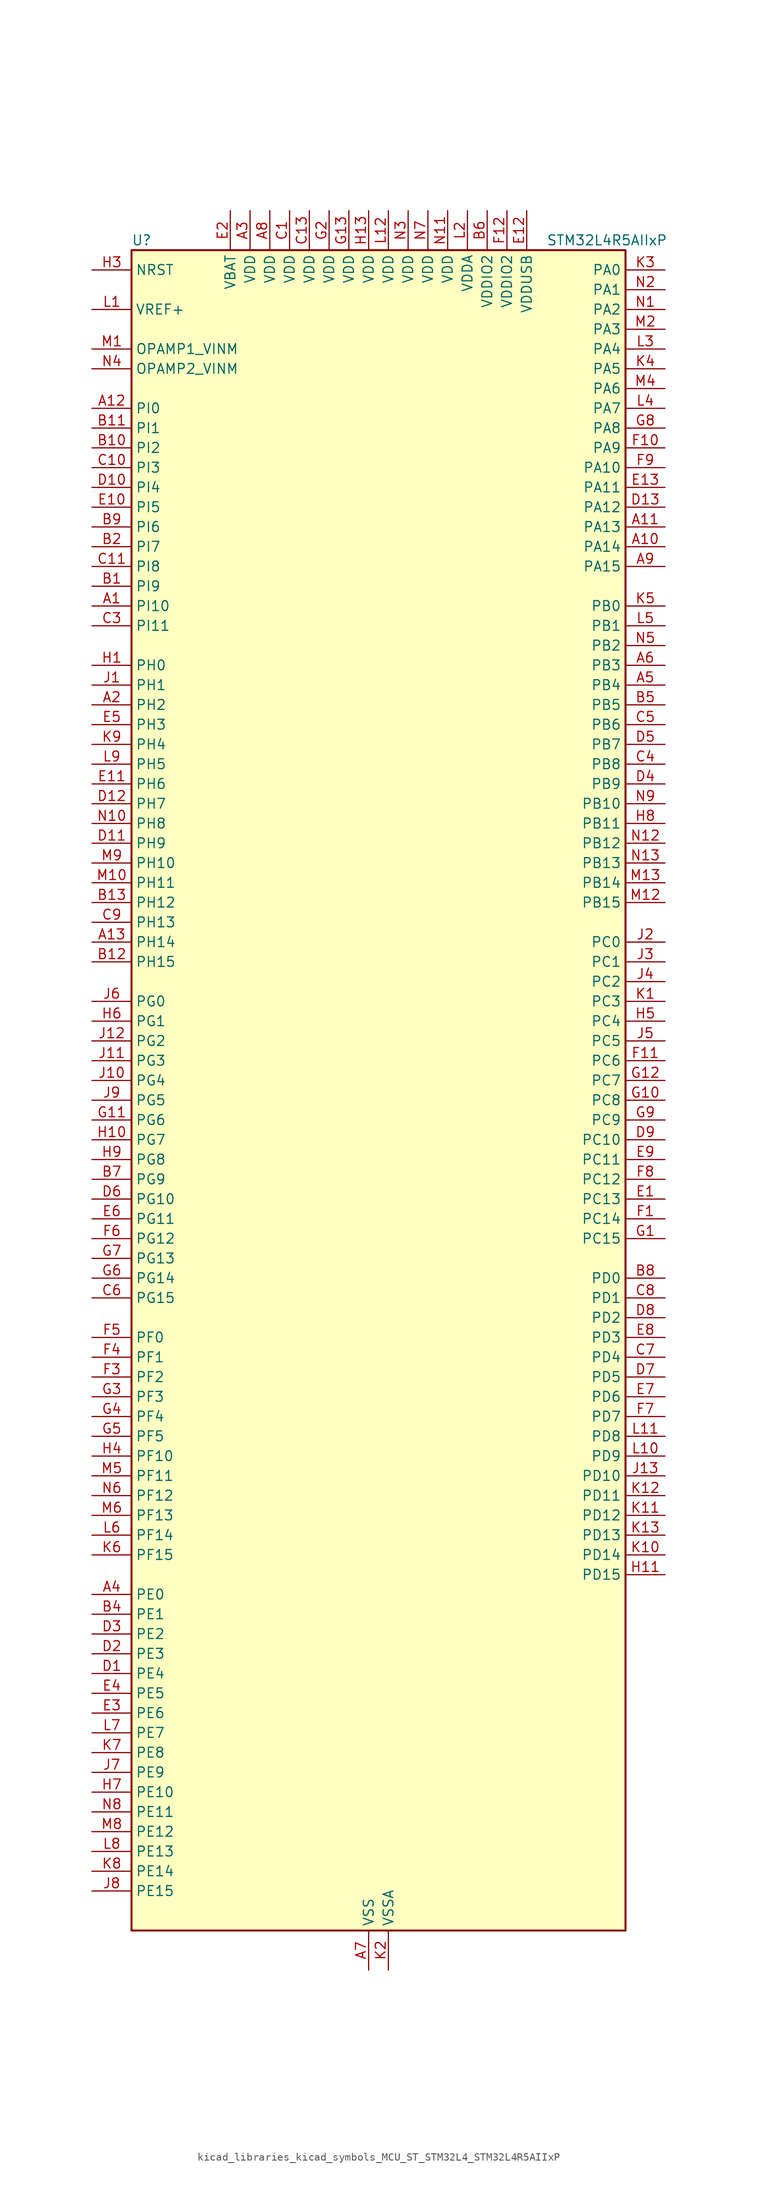
<source format=kicad_sym>
(kicad_symbol_lib
  (version 20220914)
  (generator kicad_symbol_editor)
  (symbol "kicad_libraries_kicad_symbols_MCU_ST_STM32L4_STM32L4R5AIIxP"
    (property "Reference" "U"
      (at -30.48 110.49 0)
      (effects (font (size 1.27 1.27)) (justify left)))
    (property "Value" "STM32L4R5AIIxP"
      (at 22.86 110.49 0)
      (effects (font (size 1.27 1.27)) (justify left)))
    (property "ki_locked" ""
      (at 0 0 0)
      (effects (font (size 1.27 1.27))))
    (symbol "kicad_libraries_kicad_symbols_MCU_ST_STM32L4_STM32L4R5AIIxP_0_1"
      (rectangle (start -30.48 -106.68) (end 33.02 109.22) (stroke (width 0.254) (type default)) (fill (type background))))
    (symbol "kicad_libraries_kicad_symbols_MCU_ST_STM32L4_STM32L4R5AIIxP_1_1"
      (pin bidirectional line (at -35.56 63.5 0) (length 5.08) (name "PI10" (effects (font (size 1.27 1.27)))) (number "A1" (effects (font (size 1.27 1.27)))) (alternate "OCTOSPIM_P2_IO1" bidirectional line))
      (pin bidirectional line (at 38.1 71.12 180) (length 5.08) (name "PA14" (effects (font (size 1.27 1.27)))) (number "A10" (effects (font (size 1.27 1.27)))) (alternate "I2C1_SMBA" bidirectional line) (alternate "I2C4_SMBA" bidirectional line) (alternate "LPTIM1_OUT" bidirectional line) (alternate "SAI1_FS_B" bidirectional line) (alternate "SYS_JTCK-SWCLK" bidirectional line) (alternate "USB_OTG_FS_SOF" bidirectional line))
      (pin bidirectional line (at 38.1 73.66 180) (length 5.08) (name "PA13" (effects (font (size 1.27 1.27)))) (number "A11" (effects (font (size 1.27 1.27)))) (alternate "IR_OUT" bidirectional line) (alternate "SAI1_SD_B" bidirectional line) (alternate "SYS_JTMS-SWDIO" bidirectional line) (alternate "USB_OTG_FS_NOE" bidirectional line))
      (pin bidirectional line (at -35.56 88.9 0) (length 5.08) (name "PI0" (effects (font (size 1.27 1.27)))) (number "A12" (effects (font (size 1.27 1.27)))) (alternate "DCMI_D13" bidirectional line) (alternate "OCTOSPIM_P1_IO5" bidirectional line) (alternate "SPI2_NSS" bidirectional line) (alternate "TIM5_CH4" bidirectional line))
      (pin bidirectional line (at -35.56 20.32 0) (length 5.08) (name "PH14" (effects (font (size 1.27 1.27)))) (number "A13" (effects (font (size 1.27 1.27)))) (alternate "DCMI_D4" bidirectional line) (alternate "TIM8_CH2N" bidirectional line))
      (pin bidirectional line (at -35.56 50.8 0) (length 5.08) (name "PH2" (effects (font (size 1.27 1.27)))) (number "A2" (effects (font (size 1.27 1.27)))) (alternate "OCTOSPIM_P1_IO4" bidirectional line))
      (pin power_in line (at -15.24 114.3 270) (length 5.08) (name "VDD" (effects (font (size 1.27 1.27)))) (number "A3" (effects (font (size 1.27 1.27)))))
      (pin bidirectional line (at -35.56 -63.5 0) (length 5.08) (name "PE0" (effects (font (size 1.27 1.27)))) (number "A4" (effects (font (size 1.27 1.27)))) (alternate "DCMI_D2" bidirectional line) (alternate "FMC_NBL0" bidirectional line) (alternate "TIM16_CH1" bidirectional line) (alternate "TIM4_ETR" bidirectional line))
      (pin bidirectional line (at 38.1 53.34 180) (length 5.08) (name "PB4" (effects (font (size 1.27 1.27)))) (number "A5" (effects (font (size 1.27 1.27)))) (alternate "COMP2_INP" bidirectional line) (alternate "DCMI_D12" bidirectional line) (alternate "I2C3_SDA" bidirectional line) (alternate "SAI1_MCLK_B" bidirectional line) (alternate "SPI1_MISO" bidirectional line) (alternate "SPI3_MISO" bidirectional line) (alternate "SYS_JTRST" bidirectional line) (alternate "TIM17_BKIN" bidirectional line) (alternate "TIM3_CH1" bidirectional line) (alternate "TSC_G2_IO1" bidirectional line) (alternate "UART5_DE" bidirectional line) (alternate "UART5_RTS" bidirectional line) (alternate "USART1_CTS" bidirectional line) (alternate "USART1_NSS" bidirectional line))
      (pin bidirectional line (at 38.1 55.88 180) (length 5.08) (name "PB3" (effects (font (size 1.27 1.27)))) (number "A6" (effects (font (size 1.27 1.27)))) (alternate "COMP2_INM" bidirectional line) (alternate "CRS_SYNC" bidirectional line) (alternate "SAI1_SCK_B" bidirectional line) (alternate "SPI1_SCK" bidirectional line) (alternate "SPI3_SCK" bidirectional line) (alternate "SYS_JTDO-SWO" bidirectional line) (alternate "TIM2_CH2" bidirectional line) (alternate "USART1_DE" bidirectional line) (alternate "USART1_RTS" bidirectional line))
      (pin power_in line (at 0 -111.76 90) (length 5.08) (name "VSS" (effects (font (size 1.27 1.27)))) (number "A7" (effects (font (size 1.27 1.27)))))
      (pin power_in line (at -12.7 114.3 270) (length 5.08) (name "VDD" (effects (font (size 1.27 1.27)))) (number "A8" (effects (font (size 1.27 1.27)))))
      (pin bidirectional line (at 38.1 68.58 180) (length 5.08) (name "PA15" (effects (font (size 1.27 1.27)))) (number "A9" (effects (font (size 1.27 1.27)))) (alternate "ADC1_EXTI15" bidirectional line) (alternate "SAI2_FS_B" bidirectional line) (alternate "SPI1_NSS" bidirectional line) (alternate "SPI3_NSS" bidirectional line) (alternate "SYS_JTDI" bidirectional line) (alternate "TIM2_CH1" bidirectional line) (alternate "TIM2_ETR" bidirectional line) (alternate "TSC_G3_IO1" bidirectional line) (alternate "UART4_DE" bidirectional line) (alternate "UART4_RTS" bidirectional line) (alternate "USART2_RX" bidirectional line) (alternate "USART3_DE" bidirectional line) (alternate "USART3_RTS" bidirectional line))
      (pin bidirectional line (at -35.56 66.04 0) (length 5.08) (name "PI9" (effects (font (size 1.27 1.27)))) (number "B1" (effects (font (size 1.27 1.27)))) (alternate "CAN1_RX" bidirectional line) (alternate "DAC1_EXTI9" bidirectional line) (alternate "OCTOSPIM_P2_IO2" bidirectional line))
      (pin bidirectional line (at -35.56 83.82 0) (length 5.08) (name "PI2" (effects (font (size 1.27 1.27)))) (number "B10" (effects (font (size 1.27 1.27)))) (alternate "DCMI_D9" bidirectional line) (alternate "SPI2_MISO" bidirectional line) (alternate "TIM8_CH4" bidirectional line))
      (pin bidirectional line (at -35.56 86.36 0) (length 5.08) (name "PI1" (effects (font (size 1.27 1.27)))) (number "B11" (effects (font (size 1.27 1.27)))) (alternate "DCMI_D8" bidirectional line) (alternate "SPI2_SCK" bidirectional line))
      (pin bidirectional line (at -35.56 17.78 0) (length 5.08) (name "PH15" (effects (font (size 1.27 1.27)))) (number "B12" (effects (font (size 1.27 1.27)))) (alternate "ADC1_EXTI15" bidirectional line) (alternate "DCMI_D11" bidirectional line) (alternate "OCTOSPIM_P2_IO6" bidirectional line) (alternate "TIM8_CH3N" bidirectional line))
      (pin bidirectional line (at -35.56 25.4 0) (length 5.08) (name "PH12" (effects (font (size 1.27 1.27)))) (number "B13" (effects (font (size 1.27 1.27)))) (alternate "DCMI_D3" bidirectional line) (alternate "OCTOSPIM_P2_IO7" bidirectional line) (alternate "TIM5_CH3" bidirectional line))
      (pin bidirectional line (at -35.56 71.12 0) (length 5.08) (name "PI7" (effects (font (size 1.27 1.27)))) (number "B2" (effects (font (size 1.27 1.27)))) (alternate "DCMI_D7" bidirectional line) (alternate "TIM8_CH3" bidirectional line))
      (pin passive line (at 0 -111.76 90) (length 5.08) hide (name "VSS" (effects (font (size 1.27 1.27)))) (number "B3" (effects (font (size 1.27 1.27)))))
      (pin bidirectional line (at -35.56 -66.04 0) (length 5.08) (name "PE1" (effects (font (size 1.27 1.27)))) (number "B4" (effects (font (size 1.27 1.27)))) (alternate "DCMI_D3" bidirectional line) (alternate "FMC_NBL1" bidirectional line) (alternate "TIM17_CH1" bidirectional line))
      (pin bidirectional line (at 38.1 50.8 180) (length 5.08) (name "PB5" (effects (font (size 1.27 1.27)))) (number "B5" (effects (font (size 1.27 1.27)))) (alternate "COMP2_OUT" bidirectional line) (alternate "DCMI_D10" bidirectional line) (alternate "I2C1_SMBA" bidirectional line) (alternate "LPTIM1_IN1" bidirectional line) (alternate "SAI1_SD_B" bidirectional line) (alternate "SPI1_MOSI" bidirectional line) (alternate "SPI3_MOSI" bidirectional line) (alternate "TIM16_BKIN" bidirectional line) (alternate "TIM3_CH2" bidirectional line) (alternate "TSC_G2_IO2" bidirectional line) (alternate "UART5_CTS" bidirectional line) (alternate "USART1_CK" bidirectional line))
      (pin power_in line (at 15.24 114.3 270) (length 5.08) (name "VDDIO2" (effects (font (size 1.27 1.27)))) (number "B6" (effects (font (size 1.27 1.27)))))
      (pin bidirectional line (at -35.56 -10.16 0) (length 5.08) (name "PG9" (effects (font (size 1.27 1.27)))) (number "B7" (effects (font (size 1.27 1.27)))) (alternate "DAC1_EXTI9" bidirectional line) (alternate "FMC_NCE" bidirectional line) (alternate "FMC_NE2" bidirectional line) (alternate "OCTOSPIM_P2_IO6" bidirectional line) (alternate "SAI2_SCK_A" bidirectional line) (alternate "SPI3_SCK" bidirectional line) (alternate "TIM15_CH1N" bidirectional line) (alternate "USART1_TX" bidirectional line))
      (pin bidirectional line (at 38.1 -22.86 180) (length 5.08) (name "PD0" (effects (font (size 1.27 1.27)))) (number "B8" (effects (font (size 1.27 1.27)))) (alternate "CAN1_RX" bidirectional line) (alternate "DFSDM1_DATIN7" bidirectional line) (alternate "FMC_D2" bidirectional line) (alternate "FMC_DA2" bidirectional line) (alternate "SPI2_NSS" bidirectional line))
      (pin bidirectional line (at -35.56 73.66 0) (length 5.08) (name "PI6" (effects (font (size 1.27 1.27)))) (number "B9" (effects (font (size 1.27 1.27)))) (alternate "DCMI_D6" bidirectional line) (alternate "OCTOSPIM_P2_CLK" bidirectional line) (alternate "TIM8_CH2" bidirectional line))
      (pin power_in line (at -10.16 114.3 270) (length 5.08) (name "VDD" (effects (font (size 1.27 1.27)))) (number "C1" (effects (font (size 1.27 1.27)))))
      (pin bidirectional line (at -35.56 81.28 0) (length 5.08) (name "PI3" (effects (font (size 1.27 1.27)))) (number "C10" (effects (font (size 1.27 1.27)))) (alternate "DCMI_D10" bidirectional line) (alternate "SPI2_MOSI" bidirectional line) (alternate "TIM8_ETR" bidirectional line))
      (pin bidirectional line (at -35.56 68.58 0) (length 5.08) (name "PI8" (effects (font (size 1.27 1.27)))) (number "C11" (effects (font (size 1.27 1.27)))) (alternate "DCMI_D12" bidirectional line) (alternate "OCTOSPIM_P2_NCS" bidirectional line))
      (pin passive line (at 0 -111.76 90) (length 5.08) hide (name "VSS" (effects (font (size 1.27 1.27)))) (number "C12" (effects (font (size 1.27 1.27)))))
      (pin power_in line (at -7.62 114.3 270) (length 5.08) (name "VDD" (effects (font (size 1.27 1.27)))) (number "C13" (effects (font (size 1.27 1.27)))))
      (pin passive line (at 0 -111.76 90) (length 5.08) hide (name "VSS" (effects (font (size 1.27 1.27)))) (number "C2" (effects (font (size 1.27 1.27)))))
      (pin bidirectional line (at -35.56 60.96 0) (length 5.08) (name "PI11" (effects (font (size 1.27 1.27)))) (number "C3" (effects (font (size 1.27 1.27)))) (alternate "ADC1_EXTI11" bidirectional line) (alternate "OCTOSPIM_P2_IO0" bidirectional line))
      (pin bidirectional line (at 38.1 43.18 180) (length 5.08) (name "PB8" (effects (font (size 1.27 1.27)))) (number "C4" (effects (font (size 1.27 1.27)))) (alternate "CAN1_RX" bidirectional line) (alternate "DCMI_D6" bidirectional line) (alternate "DFSDM1_CKOUT" bidirectional line) (alternate "DFSDM1_DATIN6" bidirectional line) (alternate "I2C1_SCL" bidirectional line) (alternate "SAI1_CK1" bidirectional line) (alternate "SAI1_MCLK_A" bidirectional line) (alternate "SDMMC1_CKIN" bidirectional line) (alternate "SDMMC1_D4" bidirectional line) (alternate "TIM16_CH1" bidirectional line) (alternate "TIM4_CH3" bidirectional line))
      (pin bidirectional line (at 38.1 48.26 180) (length 5.08) (name "PB6" (effects (font (size 1.27 1.27)))) (number "C5" (effects (font (size 1.27 1.27)))) (alternate "COMP2_INP" bidirectional line) (alternate "DCMI_D5" bidirectional line) (alternate "DFSDM1_DATIN5" bidirectional line) (alternate "I2C1_SCL" bidirectional line) (alternate "I2C4_SCL" bidirectional line) (alternate "LPTIM1_ETR" bidirectional line) (alternate "SAI1_FS_B" bidirectional line) (alternate "TIM16_CH1N" bidirectional line) (alternate "TIM4_CH1" bidirectional line) (alternate "TIM8_BKIN2" bidirectional line) (alternate "TSC_G2_IO3" bidirectional line) (alternate "USART1_TX" bidirectional line))
      (pin bidirectional line (at -35.56 -25.4 0) (length 5.08) (name "PG15" (effects (font (size 1.27 1.27)))) (number "C6" (effects (font (size 1.27 1.27)))) (alternate "ADC1_EXTI15" bidirectional line) (alternate "DCMI_D13" bidirectional line) (alternate "I2C1_SMBA" bidirectional line) (alternate "LPTIM1_OUT" bidirectional line) (alternate "OCTOSPIM_P2_DQS" bidirectional line))
      (pin bidirectional line (at 38.1 -33.02 180) (length 5.08) (name "PD4" (effects (font (size 1.27 1.27)))) (number "C7" (effects (font (size 1.27 1.27)))) (alternate "DFSDM1_CKIN0" bidirectional line) (alternate "FMC_NOE" bidirectional line) (alternate "OCTOSPIM_P1_IO4" bidirectional line) (alternate "SPI2_MOSI" bidirectional line) (alternate "USART2_DE" bidirectional line) (alternate "USART2_RTS" bidirectional line))
      (pin bidirectional line (at 38.1 -25.4 180) (length 5.08) (name "PD1" (effects (font (size 1.27 1.27)))) (number "C8" (effects (font (size 1.27 1.27)))) (alternate "CAN1_TX" bidirectional line) (alternate "DFSDM1_CKIN7" bidirectional line) (alternate "FMC_D3" bidirectional line) (alternate "FMC_DA3" bidirectional line) (alternate "SPI2_SCK" bidirectional line))
      (pin bidirectional line (at -35.56 22.86 0) (length 5.08) (name "PH13" (effects (font (size 1.27 1.27)))) (number "C9" (effects (font (size 1.27 1.27)))) (alternate "CAN1_TX" bidirectional line) (alternate "TIM8_CH1N" bidirectional line))
      (pin bidirectional line (at -35.56 -73.66 0) (length 5.08) (name "PE4" (effects (font (size 1.27 1.27)))) (number "D1" (effects (font (size 1.27 1.27)))) (alternate "DCMI_D4" bidirectional line) (alternate "DFSDM1_DATIN3" bidirectional line) (alternate "FMC_A20" bidirectional line) (alternate "SAI1_D2" bidirectional line) (alternate "SAI1_FS_A" bidirectional line) (alternate "SYS_TRACED1" bidirectional line) (alternate "TIM3_CH2" bidirectional line) (alternate "TSC_G7_IO3" bidirectional line))
      (pin bidirectional line (at -35.56 78.74 0) (length 5.08) (name "PI4" (effects (font (size 1.27 1.27)))) (number "D10" (effects (font (size 1.27 1.27)))) (alternate "DCMI_D5" bidirectional line) (alternate "TIM8_BKIN" bidirectional line))
      (pin bidirectional line (at -35.56 33.02 0) (length 5.08) (name "PH9" (effects (font (size 1.27 1.27)))) (number "D11" (effects (font (size 1.27 1.27)))) (alternate "DAC1_EXTI9" bidirectional line) (alternate "DCMI_D0" bidirectional line) (alternate "I2C3_SMBA" bidirectional line) (alternate "OCTOSPIM_P2_IO4" bidirectional line))
      (pin bidirectional line (at -35.56 38.1 0) (length 5.08) (name "PH7" (effects (font (size 1.27 1.27)))) (number "D12" (effects (font (size 1.27 1.27)))) (alternate "DCMI_D9" bidirectional line) (alternate "I2C3_SCL" bidirectional line))
      (pin bidirectional line (at 38.1 76.2 180) (length 5.08) (name "PA12" (effects (font (size 1.27 1.27)))) (number "D13" (effects (font (size 1.27 1.27)))) (alternate "CAN1_TX" bidirectional line) (alternate "SPI1_MOSI" bidirectional line) (alternate "TIM1_ETR" bidirectional line) (alternate "USART1_DE" bidirectional line) (alternate "USART1_RTS" bidirectional line) (alternate "USB_OTG_FS_DP" bidirectional line))
      (pin bidirectional line (at -35.56 -71.12 0) (length 5.08) (name "PE3" (effects (font (size 1.27 1.27)))) (number "D2" (effects (font (size 1.27 1.27)))) (alternate "FMC_A19" bidirectional line) (alternate "OCTOSPIM_P1_DQS" bidirectional line) (alternate "SAI1_SD_B" bidirectional line) (alternate "SYS_TRACED0" bidirectional line) (alternate "TIM3_CH1" bidirectional line) (alternate "TSC_G7_IO2" bidirectional line))
      (pin bidirectional line (at -35.56 -68.58 0) (length 5.08) (name "PE2" (effects (font (size 1.27 1.27)))) (number "D3" (effects (font (size 1.27 1.27)))) (alternate "FMC_A23" bidirectional line) (alternate "SAI1_CK1" bidirectional line) (alternate "SAI1_MCLK_A" bidirectional line) (alternate "SYS_TRACECLK" bidirectional line) (alternate "TIM3_ETR" bidirectional line) (alternate "TSC_G7_IO1" bidirectional line))
      (pin bidirectional line (at 38.1 40.64 180) (length 5.08) (name "PB9" (effects (font (size 1.27 1.27)))) (number "D4" (effects (font (size 1.27 1.27)))) (alternate "CAN1_TX" bidirectional line) (alternate "DAC1_EXTI9" bidirectional line) (alternate "DCMI_D7" bidirectional line) (alternate "DFSDM1_CKIN6" bidirectional line) (alternate "I2C1_SDA" bidirectional line) (alternate "IR_OUT" bidirectional line) (alternate "SAI1_D2" bidirectional line) (alternate "SAI1_FS_A" bidirectional line) (alternate "SDMMC1_CDIR" bidirectional line) (alternate "SDMMC1_D5" bidirectional line) (alternate "SPI2_NSS" bidirectional line) (alternate "TIM17_CH1" bidirectional line) (alternate "TIM4_CH4" bidirectional line))
      (pin bidirectional line (at 38.1 45.72 180) (length 5.08) (name "PB7" (effects (font (size 1.27 1.27)))) (number "D5" (effects (font (size 1.27 1.27)))) (alternate "COMP2_INM" bidirectional line) (alternate "DCMI_VSYNC" bidirectional line) (alternate "DFSDM1_CKIN5" bidirectional line) (alternate "FMC_NL" bidirectional line) (alternate "I2C1_SDA" bidirectional line) (alternate "I2C4_SDA" bidirectional line) (alternate "LPTIM1_IN2" bidirectional line) (alternate "SYS_PVD_IN" bidirectional line) (alternate "TIM17_CH1N" bidirectional line) (alternate "TIM4_CH2" bidirectional line) (alternate "TIM8_BKIN" bidirectional line) (alternate "TSC_G2_IO4" bidirectional line) (alternate "UART4_CTS" bidirectional line) (alternate "USART1_RX" bidirectional line))
      (pin bidirectional line (at -35.56 -12.7 0) (length 5.08) (name "PG10" (effects (font (size 1.27 1.27)))) (number "D6" (effects (font (size 1.27 1.27)))) (alternate "FMC_NE3" bidirectional line) (alternate "LPTIM1_IN1" bidirectional line) (alternate "OCTOSPIM_P2_IO7" bidirectional line) (alternate "SAI2_FS_A" bidirectional line) (alternate "SPI3_MISO" bidirectional line) (alternate "TIM15_CH1" bidirectional line) (alternate "USART1_RX" bidirectional line))
      (pin bidirectional line (at 38.1 -35.56 180) (length 5.08) (name "PD5" (effects (font (size 1.27 1.27)))) (number "D7" (effects (font (size 1.27 1.27)))) (alternate "FMC_NWE" bidirectional line) (alternate "OCTOSPIM_P1_IO5" bidirectional line) (alternate "USART2_TX" bidirectional line))
      (pin bidirectional line (at 38.1 -27.94 180) (length 5.08) (name "PD2" (effects (font (size 1.27 1.27)))) (number "D8" (effects (font (size 1.27 1.27)))) (alternate "DCMI_D11" bidirectional line) (alternate "SDMMC1_CMD" bidirectional line) (alternate "SYS_TRACED2" bidirectional line) (alternate "TIM3_ETR" bidirectional line) (alternate "TSC_SYNC" bidirectional line) (alternate "UART5_RX" bidirectional line) (alternate "USART3_DE" bidirectional line) (alternate "USART3_RTS" bidirectional line))
      (pin bidirectional line (at 38.1 -5.08 180) (length 5.08) (name "PC10" (effects (font (size 1.27 1.27)))) (number "D9" (effects (font (size 1.27 1.27)))) (alternate "DCMI_D8" bidirectional line) (alternate "SAI2_SCK_B" bidirectional line) (alternate "SDMMC1_D2" bidirectional line) (alternate "SPI3_SCK" bidirectional line) (alternate "SYS_TRACED1" bidirectional line) (alternate "TSC_G3_IO2" bidirectional line) (alternate "UART4_TX" bidirectional line) (alternate "USART3_TX" bidirectional line))
      (pin bidirectional line (at 38.1 -12.7 180) (length 5.08) (name "PC13" (effects (font (size 1.27 1.27)))) (number "E1" (effects (font (size 1.27 1.27)))) (alternate "RTC_OUT_ALARM" bidirectional line) (alternate "RTC_OUT_CALIB" bidirectional line) (alternate "RTC_TAMP1" bidirectional line) (alternate "RTC_TS" bidirectional line) (alternate "SYS_WKUP2" bidirectional line))
      (pin bidirectional line (at -35.56 76.2 0) (length 5.08) (name "PI5" (effects (font (size 1.27 1.27)))) (number "E10" (effects (font (size 1.27 1.27)))) (alternate "DCMI_VSYNC" bidirectional line) (alternate "OCTOSPIM_P2_NCS" bidirectional line) (alternate "TIM8_CH1" bidirectional line))
      (pin bidirectional line (at -35.56 40.64 0) (length 5.08) (name "PH6" (effects (font (size 1.27 1.27)))) (number "E11" (effects (font (size 1.27 1.27)))) (alternate "DCMI_D8" bidirectional line) (alternate "I2C2_SMBA" bidirectional line) (alternate "OCTOSPIM_P2_CLK" bidirectional line))
      (pin power_in line (at 20.32 114.3 270) (length 5.08) (name "VDDUSB" (effects (font (size 1.27 1.27)))) (number "E12" (effects (font (size 1.27 1.27)))))
      (pin bidirectional line (at 38.1 78.74 180) (length 5.08) (name "PA11" (effects (font (size 1.27 1.27)))) (number "E13" (effects (font (size 1.27 1.27)))) (alternate "ADC1_EXTI11" bidirectional line) (alternate "CAN1_RX" bidirectional line) (alternate "SPI1_MISO" bidirectional line) (alternate "TIM1_BKIN2" bidirectional line) (alternate "TIM1_CH4" bidirectional line) (alternate "USART1_CTS" bidirectional line) (alternate "USART1_NSS" bidirectional line) (alternate "USB_OTG_FS_DM" bidirectional line))
      (pin power_in line (at -17.78 114.3 270) (length 5.08) (name "VBAT" (effects (font (size 1.27 1.27)))) (number "E2" (effects (font (size 1.27 1.27)))))
      (pin bidirectional line (at -35.56 -78.74 0) (length 5.08) (name "PE6" (effects (font (size 1.27 1.27)))) (number "E3" (effects (font (size 1.27 1.27)))) (alternate "DCMI_D7" bidirectional line) (alternate "FMC_A22" bidirectional line) (alternate "RTC_TAMP3" bidirectional line) (alternate "SAI1_D1" bidirectional line) (alternate "SAI1_SD_A" bidirectional line) (alternate "SYS_TRACED3" bidirectional line) (alternate "SYS_WKUP3" bidirectional line) (alternate "TIM3_CH4" bidirectional line))
      (pin bidirectional line (at -35.56 -76.2 0) (length 5.08) (name "PE5" (effects (font (size 1.27 1.27)))) (number "E4" (effects (font (size 1.27 1.27)))) (alternate "DCMI_D6" bidirectional line) (alternate "DFSDM1_CKIN3" bidirectional line) (alternate "FMC_A21" bidirectional line) (alternate "SAI1_CK2" bidirectional line) (alternate "SAI1_SCK_A" bidirectional line) (alternate "SYS_TRACED2" bidirectional line) (alternate "TIM3_CH3" bidirectional line) (alternate "TSC_G7_IO4" bidirectional line))
      (pin bidirectional line (at -35.56 48.26 0) (length 5.08) (name "PH3" (effects (font (size 1.27 1.27)))) (number "E5" (effects (font (size 1.27 1.27)))))
      (pin bidirectional line (at -35.56 -15.24 0) (length 5.08) (name "PG11" (effects (font (size 1.27 1.27)))) (number "E6" (effects (font (size 1.27 1.27)))) (alternate "ADC1_EXTI11" bidirectional line) (alternate "LPTIM1_IN2" bidirectional line) (alternate "OCTOSPIM_P1_IO5" bidirectional line) (alternate "SAI2_MCLK_A" bidirectional line) (alternate "SPI3_MOSI" bidirectional line) (alternate "TIM15_CH2" bidirectional line) (alternate "USART1_CTS" bidirectional line) (alternate "USART1_NSS" bidirectional line))
      (pin bidirectional line (at 38.1 -38.1 180) (length 5.08) (name "PD6" (effects (font (size 1.27 1.27)))) (number "E7" (effects (font (size 1.27 1.27)))) (alternate "DCMI_D10" bidirectional line) (alternate "DFSDM1_DATIN1" bidirectional line) (alternate "FMC_NWAIT" bidirectional line) (alternate "OCTOSPIM_P1_IO6" bidirectional line) (alternate "SAI1_D1" bidirectional line) (alternate "SAI1_SD_A" bidirectional line) (alternate "SPI3_MOSI" bidirectional line) (alternate "USART2_RX" bidirectional line))
      (pin bidirectional line (at 38.1 -30.48 180) (length 5.08) (name "PD3" (effects (font (size 1.27 1.27)))) (number "E8" (effects (font (size 1.27 1.27)))) (alternate "DCMI_D5" bidirectional line) (alternate "DFSDM1_DATIN0" bidirectional line) (alternate "FMC_CLK" bidirectional line) (alternate "OCTOSPIM_P2_NCS" bidirectional line) (alternate "SPI2_MISO" bidirectional line) (alternate "SPI2_SCK" bidirectional line) (alternate "USART2_CTS" bidirectional line) (alternate "USART2_NSS" bidirectional line))
      (pin bidirectional line (at 38.1 -7.62 180) (length 5.08) (name "PC11" (effects (font (size 1.27 1.27)))) (number "E9" (effects (font (size 1.27 1.27)))) (alternate "ADC1_EXTI11" bidirectional line) (alternate "DCMI_D2" bidirectional line) (alternate "DCMI_D4" bidirectional line) (alternate "OCTOSPIM_P1_NCS" bidirectional line) (alternate "SAI2_MCLK_B" bidirectional line) (alternate "SDMMC1_D3" bidirectional line) (alternate "SPI3_MISO" bidirectional line) (alternate "TSC_G3_IO3" bidirectional line) (alternate "UART4_RX" bidirectional line) (alternate "USART3_RX" bidirectional line))
      (pin bidirectional line (at 38.1 -15.24 180) (length 5.08) (name "PC14" (effects (font (size 1.27 1.27)))) (number "F1" (effects (font (size 1.27 1.27)))) (alternate "RCC_OSC32_IN" bidirectional line))
      (pin bidirectional line (at 38.1 83.82 180) (length 5.08) (name "PA9" (effects (font (size 1.27 1.27)))) (number "F10" (effects (font (size 1.27 1.27)))) (alternate "DAC1_EXTI9" bidirectional line) (alternate "DCMI_D0" bidirectional line) (alternate "SAI1_FS_A" bidirectional line) (alternate "SPI2_SCK" bidirectional line) (alternate "TIM15_BKIN" bidirectional line) (alternate "TIM1_CH2" bidirectional line) (alternate "USART1_TX" bidirectional line) (alternate "USB_OTG_FS_VBUS" bidirectional line))
      (pin bidirectional line (at 38.1 5.08 180) (length 5.08) (name "PC6" (effects (font (size 1.27 1.27)))) (number "F11" (effects (font (size 1.27 1.27)))) (alternate "DCMI_D0" bidirectional line) (alternate "DFSDM1_CKIN3" bidirectional line) (alternate "SAI2_MCLK_A" bidirectional line) (alternate "SDMMC1_D0DIR" bidirectional line) (alternate "SDMMC1_D6" bidirectional line) (alternate "TIM3_CH1" bidirectional line) (alternate "TIM8_CH1" bidirectional line) (alternate "TSC_G4_IO1" bidirectional line))
      (pin power_in line (at 17.78 114.3 270) (length 5.08) (name "VDDIO2" (effects (font (size 1.27 1.27)))) (number "F12" (effects (font (size 1.27 1.27)))))
      (pin passive line (at 0 -111.76 90) (length 5.08) hide (name "VSS" (effects (font (size 1.27 1.27)))) (number "F13" (effects (font (size 1.27 1.27)))))
      (pin passive line (at 0 -111.76 90) (length 5.08) hide (name "VSS" (effects (font (size 1.27 1.27)))) (number "F2" (effects (font (size 1.27 1.27)))))
      (pin bidirectional line (at -35.56 -35.56 0) (length 5.08) (name "PF2" (effects (font (size 1.27 1.27)))) (number "F3" (effects (font (size 1.27 1.27)))) (alternate "FMC_A2" bidirectional line) (alternate "I2C2_SMBA" bidirectional line) (alternate "OCTOSPIM_P2_IO2" bidirectional line))
      (pin bidirectional line (at -35.56 -33.02 0) (length 5.08) (name "PF1" (effects (font (size 1.27 1.27)))) (number "F4" (effects (font (size 1.27 1.27)))) (alternate "FMC_A1" bidirectional line) (alternate "I2C2_SCL" bidirectional line) (alternate "OCTOSPIM_P2_IO1" bidirectional line))
      (pin bidirectional line (at -35.56 -30.48 0) (length 5.08) (name "PF0" (effects (font (size 1.27 1.27)))) (number "F5" (effects (font (size 1.27 1.27)))) (alternate "FMC_A0" bidirectional line) (alternate "I2C2_SDA" bidirectional line) (alternate "OCTOSPIM_P2_IO0" bidirectional line))
      (pin bidirectional line (at -35.56 -17.78 0) (length 5.08) (name "PG12" (effects (font (size 1.27 1.27)))) (number "F6" (effects (font (size 1.27 1.27)))) (alternate "FMC_NE4" bidirectional line) (alternate "LPTIM1_ETR" bidirectional line) (alternate "OCTOSPIM_P2_NCS" bidirectional line) (alternate "SAI2_SD_A" bidirectional line) (alternate "SPI3_NSS" bidirectional line) (alternate "USART1_DE" bidirectional line) (alternate "USART1_RTS" bidirectional line))
      (pin bidirectional line (at 38.1 -40.64 180) (length 5.08) (name "PD7" (effects (font (size 1.27 1.27)))) (number "F7" (effects (font (size 1.27 1.27)))) (alternate "DFSDM1_CKIN1" bidirectional line) (alternate "FMC_NCE" bidirectional line) (alternate "FMC_NE1" bidirectional line) (alternate "OCTOSPIM_P1_IO7" bidirectional line) (alternate "USART2_CK" bidirectional line))
      (pin bidirectional line (at 38.1 -10.16 180) (length 5.08) (name "PC12" (effects (font (size 1.27 1.27)))) (number "F8" (effects (font (size 1.27 1.27)))) (alternate "DCMI_D9" bidirectional line) (alternate "SAI2_SD_B" bidirectional line) (alternate "SDMMC1_CK" bidirectional line) (alternate "SPI3_MOSI" bidirectional line) (alternate "SYS_TRACED3" bidirectional line) (alternate "TSC_G3_IO4" bidirectional line) (alternate "UART5_TX" bidirectional line) (alternate "USART3_CK" bidirectional line))
      (pin bidirectional line (at 38.1 81.28 180) (length 5.08) (name "PA10" (effects (font (size 1.27 1.27)))) (number "F9" (effects (font (size 1.27 1.27)))) (alternate "DCMI_D1" bidirectional line) (alternate "SAI1_D1" bidirectional line) (alternate "SAI1_SD_A" bidirectional line) (alternate "TIM17_BKIN" bidirectional line) (alternate "TIM1_CH3" bidirectional line) (alternate "USART1_RX" bidirectional line) (alternate "USB_OTG_FS_ID" bidirectional line))
      (pin bidirectional line (at 38.1 -17.78 180) (length 5.08) (name "PC15" (effects (font (size 1.27 1.27)))) (number "G1" (effects (font (size 1.27 1.27)))) (alternate "ADC1_EXTI15" bidirectional line) (alternate "RCC_OSC32_OUT" bidirectional line))
      (pin bidirectional line (at 38.1 0 180) (length 5.08) (name "PC8" (effects (font (size 1.27 1.27)))) (number "G10" (effects (font (size 1.27 1.27)))) (alternate "DCMI_D2" bidirectional line) (alternate "SDMMC1_D0" bidirectional line) (alternate "TIM3_CH3" bidirectional line) (alternate "TIM8_CH3" bidirectional line) (alternate "TSC_G4_IO3" bidirectional line))
      (pin bidirectional line (at -35.56 -2.54 0) (length 5.08) (name "PG6" (effects (font (size 1.27 1.27)))) (number "G11" (effects (font (size 1.27 1.27)))) (alternate "I2C3_SMBA" bidirectional line) (alternate "LPUART1_DE" bidirectional line) (alternate "LPUART1_RTS" bidirectional line) (alternate "OCTOSPIM_P1_DQS" bidirectional line))
      (pin bidirectional line (at 38.1 2.54 180) (length 5.08) (name "PC7" (effects (font (size 1.27 1.27)))) (number "G12" (effects (font (size 1.27 1.27)))) (alternate "DCMI_D1" bidirectional line) (alternate "DFSDM1_DATIN3" bidirectional line) (alternate "SAI2_MCLK_B" bidirectional line) (alternate "SDMMC1_D123DIR" bidirectional line) (alternate "SDMMC1_D7" bidirectional line) (alternate "TIM3_CH2" bidirectional line) (alternate "TIM8_CH2" bidirectional line) (alternate "TSC_G4_IO2" bidirectional line))
      (pin power_in line (at -2.54 114.3 270) (length 5.08) (name "VDD" (effects (font (size 1.27 1.27)))) (number "G13" (effects (font (size 1.27 1.27)))))
      (pin power_in line (at -5.08 114.3 270) (length 5.08) (name "VDD" (effects (font (size 1.27 1.27)))) (number "G2" (effects (font (size 1.27 1.27)))))
      (pin bidirectional line (at -35.56 -38.1 0) (length 5.08) (name "PF3" (effects (font (size 1.27 1.27)))) (number "G3" (effects (font (size 1.27 1.27)))) (alternate "FMC_A3" bidirectional line) (alternate "OCTOSPIM_P2_IO3" bidirectional line))
      (pin bidirectional line (at -35.56 -40.64 0) (length 5.08) (name "PF4" (effects (font (size 1.27 1.27)))) (number "G4" (effects (font (size 1.27 1.27)))) (alternate "FMC_A4" bidirectional line) (alternate "OCTOSPIM_P2_CLK" bidirectional line))
      (pin bidirectional line (at -35.56 -43.18 0) (length 5.08) (name "PF5" (effects (font (size 1.27 1.27)))) (number "G5" (effects (font (size 1.27 1.27)))) (alternate "FMC_A5" bidirectional line))
      (pin bidirectional line (at -35.56 -22.86 0) (length 5.08) (name "PG14" (effects (font (size 1.27 1.27)))) (number "G6" (effects (font (size 1.27 1.27)))) (alternate "FMC_A25" bidirectional line) (alternate "I2C1_SCL" bidirectional line))
      (pin bidirectional line (at -35.56 -20.32 0) (length 5.08) (name "PG13" (effects (font (size 1.27 1.27)))) (number "G7" (effects (font (size 1.27 1.27)))) (alternate "FMC_A24" bidirectional line) (alternate "I2C1_SDA" bidirectional line) (alternate "USART1_CK" bidirectional line))
      (pin bidirectional line (at 38.1 86.36 180) (length 5.08) (name "PA8" (effects (font (size 1.27 1.27)))) (number "G8" (effects (font (size 1.27 1.27)))) (alternate "LPTIM2_OUT" bidirectional line) (alternate "RCC_MCO" bidirectional line) (alternate "SAI1_CK2" bidirectional line) (alternate "SAI1_SCK_A" bidirectional line) (alternate "TIM1_CH1" bidirectional line) (alternate "USART1_CK" bidirectional line) (alternate "USB_OTG_FS_SOF" bidirectional line))
      (pin bidirectional line (at 38.1 -2.54 180) (length 5.08) (name "PC9" (effects (font (size 1.27 1.27)))) (number "G9" (effects (font (size 1.27 1.27)))) (alternate "DAC1_EXTI9" bidirectional line) (alternate "DCMI_D3" bidirectional line) (alternate "I2C3_SDA" bidirectional line) (alternate "SAI2_EXTCLK" bidirectional line) (alternate "SDMMC1_D1" bidirectional line) (alternate "SYS_TRACED0" bidirectional line) (alternate "TIM3_CH4" bidirectional line) (alternate "TIM8_BKIN2" bidirectional line) (alternate "TIM8_CH4" bidirectional line) (alternate "TSC_G4_IO4" bidirectional line) (alternate "USB_OTG_FS_NOE" bidirectional line))
      (pin bidirectional line (at -35.56 55.88 0) (length 5.08) (name "PH0" (effects (font (size 1.27 1.27)))) (number "H1" (effects (font (size 1.27 1.27)))) (alternate "RCC_OSC_IN" bidirectional line))
      (pin bidirectional line (at -35.56 -5.08 0) (length 5.08) (name "PG7" (effects (font (size 1.27 1.27)))) (number "H10" (effects (font (size 1.27 1.27)))) (alternate "DFSDM1_CKOUT" bidirectional line) (alternate "FMC_INT" bidirectional line) (alternate "I2C3_SCL" bidirectional line) (alternate "LPUART1_TX" bidirectional line) (alternate "OCTOSPIM_P2_DQS" bidirectional line) (alternate "SAI1_CK1" bidirectional line) (alternate "SAI1_MCLK_A" bidirectional line))
      (pin bidirectional line (at 38.1 -60.96 180) (length 5.08) (name "PD15" (effects (font (size 1.27 1.27)))) (number "H11" (effects (font (size 1.27 1.27)))) (alternate "ADC1_EXTI15" bidirectional line) (alternate "FMC_D1" bidirectional line) (alternate "FMC_DA1" bidirectional line) (alternate "TIM4_CH4" bidirectional line))
      (pin passive line (at 0 -111.76 90) (length 5.08) hide (name "VSS" (effects (font (size 1.27 1.27)))) (number "H12" (effects (font (size 1.27 1.27)))))
      (pin power_in line (at 0 114.3 270) (length 5.08) (name "VDD" (effects (font (size 1.27 1.27)))) (number "H13" (effects (font (size 1.27 1.27)))))
      (pin passive line (at 0 -111.76 90) (length 5.08) hide (name "VSS" (effects (font (size 1.27 1.27)))) (number "H2" (effects (font (size 1.27 1.27)))))
      (pin input line (at -35.56 106.68 0) (length 5.08) (name "NRST" (effects (font (size 1.27 1.27)))) (number "H3" (effects (font (size 1.27 1.27)))))
      (pin bidirectional line (at -35.56 -45.72 0) (length 5.08) (name "PF10" (effects (font (size 1.27 1.27)))) (number "H4" (effects (font (size 1.27 1.27)))) (alternate "DCMI_D11" bidirectional line) (alternate "DFSDM1_CKOUT" bidirectional line) (alternate "OCTOSPIM_P1_CLK" bidirectional line) (alternate "SAI1_D3" bidirectional line) (alternate "TIM15_CH2" bidirectional line))
      (pin bidirectional line (at 38.1 10.16 180) (length 5.08) (name "PC4" (effects (font (size 1.27 1.27)))) (number "H5" (effects (font (size 1.27 1.27)))) (alternate "ADC1_IN13" bidirectional line) (alternate "COMP1_INM" bidirectional line) (alternate "OCTOSPIM_P1_IO7" bidirectional line) (alternate "USART3_TX" bidirectional line))
      (pin bidirectional line (at -35.56 10.16 0) (length 5.08) (name "PG1" (effects (font (size 1.27 1.27)))) (number "H6" (effects (font (size 1.27 1.27)))) (alternate "FMC_A11" bidirectional line) (alternate "OCTOSPIM_P2_IO5" bidirectional line) (alternate "TSC_G8_IO4" bidirectional line))
      (pin bidirectional line (at -35.56 -88.9 0) (length 5.08) (name "PE10" (effects (font (size 1.27 1.27)))) (number "H7" (effects (font (size 1.27 1.27)))) (alternate "DFSDM1_DATIN4" bidirectional line) (alternate "FMC_D7" bidirectional line) (alternate "FMC_DA7" bidirectional line) (alternate "OCTOSPIM_P1_CLK" bidirectional line) (alternate "SAI1_MCLK_B" bidirectional line) (alternate "TIM1_CH2N" bidirectional line) (alternate "TSC_G5_IO1" bidirectional line))
      (pin bidirectional line (at 38.1 35.56 180) (length 5.08) (name "PB11" (effects (font (size 1.27 1.27)))) (number "H8" (effects (font (size 1.27 1.27)))) (alternate "ADC1_EXTI11" bidirectional line) (alternate "COMP2_OUT" bidirectional line) (alternate "DFSDM1_CKIN7" bidirectional line) (alternate "I2C2_SDA" bidirectional line) (alternate "I2C4_SDA" bidirectional line) (alternate "LPUART1_TX" bidirectional line) (alternate "OCTOSPIM_P1_NCS" bidirectional line) (alternate "TIM2_CH4" bidirectional line) (alternate "USART3_RX" bidirectional line))
      (pin bidirectional line (at -35.56 -7.62 0) (length 5.08) (name "PG8" (effects (font (size 1.27 1.27)))) (number "H9" (effects (font (size 1.27 1.27)))) (alternate "I2C3_SDA" bidirectional line) (alternate "LPUART1_RX" bidirectional line))
      (pin bidirectional line (at -35.56 53.34 0) (length 5.08) (name "PH1" (effects (font (size 1.27 1.27)))) (number "J1" (effects (font (size 1.27 1.27)))) (alternate "RCC_OSC_OUT" bidirectional line))
      (pin bidirectional line (at -35.56 2.54 0) (length 5.08) (name "PG4" (effects (font (size 1.27 1.27)))) (number "J10" (effects (font (size 1.27 1.27)))) (alternate "FMC_A14" bidirectional line) (alternate "SAI2_MCLK_B" bidirectional line) (alternate "SPI1_MOSI" bidirectional line))
      (pin bidirectional line (at -35.56 5.08 0) (length 5.08) (name "PG3" (effects (font (size 1.27 1.27)))) (number "J11" (effects (font (size 1.27 1.27)))) (alternate "FMC_A13" bidirectional line) (alternate "SAI2_FS_B" bidirectional line) (alternate "SPI1_MISO" bidirectional line))
      (pin bidirectional line (at -35.56 7.62 0) (length 5.08) (name "PG2" (effects (font (size 1.27 1.27)))) (number "J12" (effects (font (size 1.27 1.27)))) (alternate "FMC_A12" bidirectional line) (alternate "SAI2_SCK_B" bidirectional line) (alternate "SPI1_SCK" bidirectional line))
      (pin bidirectional line (at 38.1 -48.26 180) (length 5.08) (name "PD10" (effects (font (size 1.27 1.27)))) (number "J13" (effects (font (size 1.27 1.27)))) (alternate "FMC_D15" bidirectional line) (alternate "FMC_DA15" bidirectional line) (alternate "SAI2_SCK_A" bidirectional line) (alternate "TSC_G6_IO1" bidirectional line) (alternate "USART3_CK" bidirectional line))
      (pin bidirectional line (at 38.1 20.32 180) (length 5.08) (name "PC0" (effects (font (size 1.27 1.27)))) (number "J2" (effects (font (size 1.27 1.27)))) (alternate "ADC1_IN1" bidirectional line) (alternate "DFSDM1_DATIN4" bidirectional line) (alternate "I2C3_SCL" bidirectional line) (alternate "LPTIM1_IN1" bidirectional line) (alternate "LPTIM2_IN1" bidirectional line) (alternate "LPUART1_RX" bidirectional line) (alternate "SAI2_FS_A" bidirectional line))
      (pin bidirectional line (at 38.1 17.78 180) (length 5.08) (name "PC1" (effects (font (size 1.27 1.27)))) (number "J3" (effects (font (size 1.27 1.27)))) (alternate "ADC1_IN2" bidirectional line) (alternate "DFSDM1_CKIN4" bidirectional line) (alternate "I2C3_SDA" bidirectional line) (alternate "LPTIM1_OUT" bidirectional line) (alternate "LPUART1_TX" bidirectional line) (alternate "OCTOSPIM_P1_IO4" bidirectional line) (alternate "SAI1_SD_A" bidirectional line) (alternate "SPI2_MOSI" bidirectional line) (alternate "SYS_TRACED0" bidirectional line))
      (pin bidirectional line (at 38.1 15.24 180) (length 5.08) (name "PC2" (effects (font (size 1.27 1.27)))) (number "J4" (effects (font (size 1.27 1.27)))) (alternate "ADC1_IN3" bidirectional line) (alternate "DFSDM1_CKOUT" bidirectional line) (alternate "LPTIM1_IN2" bidirectional line) (alternate "OCTOSPIM_P1_IO5" bidirectional line) (alternate "SPI2_MISO" bidirectional line))
      (pin bidirectional line (at 38.1 7.62 180) (length 5.08) (name "PC5" (effects (font (size 1.27 1.27)))) (number "J5" (effects (font (size 1.27 1.27)))) (alternate "ADC1_IN14" bidirectional line) (alternate "COMP1_INP" bidirectional line) (alternate "SAI1_D3" bidirectional line) (alternate "SYS_WKUP5" bidirectional line) (alternate "USART3_RX" bidirectional line))
      (pin bidirectional line (at -35.56 12.7 0) (length 5.08) (name "PG0" (effects (font (size 1.27 1.27)))) (number "J6" (effects (font (size 1.27 1.27)))) (alternate "FMC_A10" bidirectional line) (alternate "OCTOSPIM_P2_IO4" bidirectional line) (alternate "TSC_G8_IO3" bidirectional line))
      (pin bidirectional line (at -35.56 -86.36 0) (length 5.08) (name "PE9" (effects (font (size 1.27 1.27)))) (number "J7" (effects (font (size 1.27 1.27)))) (alternate "DAC1_EXTI9" bidirectional line) (alternate "DFSDM1_CKOUT" bidirectional line) (alternate "FMC_D6" bidirectional line) (alternate "FMC_DA6" bidirectional line) (alternate "SAI1_FS_B" bidirectional line) (alternate "TIM1_CH1" bidirectional line))
      (pin bidirectional line (at -35.56 -101.6 0) (length 5.08) (name "PE15" (effects (font (size 1.27 1.27)))) (number "J8" (effects (font (size 1.27 1.27)))) (alternate "ADC1_EXTI15" bidirectional line) (alternate "FMC_D12" bidirectional line) (alternate "FMC_DA12" bidirectional line) (alternate "OCTOSPIM_P1_IO3" bidirectional line) (alternate "SPI1_MOSI" bidirectional line) (alternate "TIM1_BKIN" bidirectional line))
      (pin bidirectional line (at -35.56 0 0) (length 5.08) (name "PG5" (effects (font (size 1.27 1.27)))) (number "J9" (effects (font (size 1.27 1.27)))) (alternate "FMC_A15" bidirectional line) (alternate "LPUART1_CTS" bidirectional line) (alternate "SAI2_SD_B" bidirectional line) (alternate "SPI1_NSS" bidirectional line))
      (pin bidirectional line (at 38.1 12.7 180) (length 5.08) (name "PC3" (effects (font (size 1.27 1.27)))) (number "K1" (effects (font (size 1.27 1.27)))) (alternate "ADC1_IN4" bidirectional line) (alternate "LPTIM1_ETR" bidirectional line) (alternate "LPTIM2_ETR" bidirectional line) (alternate "OCTOSPIM_P1_IO6" bidirectional line) (alternate "SAI1_D1" bidirectional line) (alternate "SAI1_SD_A" bidirectional line) (alternate "SPI2_MOSI" bidirectional line))
      (pin bidirectional line (at 38.1 -58.42 180) (length 5.08) (name "PD14" (effects (font (size 1.27 1.27)))) (number "K10" (effects (font (size 1.27 1.27)))) (alternate "FMC_D0" bidirectional line) (alternate "FMC_DA0" bidirectional line) (alternate "TIM4_CH3" bidirectional line))
      (pin bidirectional line (at 38.1 -53.34 180) (length 5.08) (name "PD12" (effects (font (size 1.27 1.27)))) (number "K11" (effects (font (size 1.27 1.27)))) (alternate "FMC_A17" bidirectional line) (alternate "FMC_ALE" bidirectional line) (alternate "I2C4_SCL" bidirectional line) (alternate "LPTIM2_IN1" bidirectional line) (alternate "SAI2_FS_A" bidirectional line) (alternate "TIM4_CH1" bidirectional line) (alternate "TSC_G6_IO3" bidirectional line) (alternate "USART3_DE" bidirectional line) (alternate "USART3_RTS" bidirectional line))
      (pin bidirectional line (at 38.1 -50.8 180) (length 5.08) (name "PD11" (effects (font (size 1.27 1.27)))) (number "K12" (effects (font (size 1.27 1.27)))) (alternate "ADC1_EXTI11" bidirectional line) (alternate "FMC_A16" bidirectional line) (alternate "FMC_CLE" bidirectional line) (alternate "I2C4_SMBA" bidirectional line) (alternate "LPTIM2_ETR" bidirectional line) (alternate "SAI2_SD_A" bidirectional line) (alternate "TSC_G6_IO2" bidirectional line) (alternate "USART3_CTS" bidirectional line) (alternate "USART3_NSS" bidirectional line))
      (pin bidirectional line (at 38.1 -55.88 180) (length 5.08) (name "PD13" (effects (font (size 1.27 1.27)))) (number "K13" (effects (font (size 1.27 1.27)))) (alternate "FMC_A18" bidirectional line) (alternate "I2C4_SDA" bidirectional line) (alternate "LPTIM2_OUT" bidirectional line) (alternate "TIM4_CH2" bidirectional line) (alternate "TSC_G6_IO4" bidirectional line))
      (pin power_in line (at 2.54 -111.76 90) (length 5.08) (name "VSSA" (effects (font (size 1.27 1.27)))) (number "K2" (effects (font (size 1.27 1.27)))))
      (pin bidirectional line (at 38.1 106.68 180) (length 5.08) (name "PA0" (effects (font (size 1.27 1.27)))) (number "K3" (effects (font (size 1.27 1.27)))) (alternate "ADC1_IN5" bidirectional line) (alternate "OPAMP1_VINP" bidirectional line) (alternate "RTC_TAMP2" bidirectional line) (alternate "SAI1_EXTCLK" bidirectional line) (alternate "SYS_WKUP1" bidirectional line) (alternate "TIM2_CH1" bidirectional line) (alternate "TIM2_ETR" bidirectional line) (alternate "TIM5_CH1" bidirectional line) (alternate "TIM8_ETR" bidirectional line) (alternate "UART4_TX" bidirectional line) (alternate "USART2_CTS" bidirectional line) (alternate "USART2_NSS" bidirectional line))
      (pin bidirectional line (at 38.1 93.98 180) (length 5.08) (name "PA5" (effects (font (size 1.27 1.27)))) (number "K4" (effects (font (size 1.27 1.27)))) (alternate "ADC1_IN10" bidirectional line) (alternate "DAC1_OUT2" bidirectional line) (alternate "LPTIM2_ETR" bidirectional line) (alternate "SPI1_SCK" bidirectional line) (alternate "TIM2_CH1" bidirectional line) (alternate "TIM2_ETR" bidirectional line) (alternate "TIM8_CH1N" bidirectional line))
      (pin bidirectional line (at 38.1 63.5 180) (length 5.08) (name "PB0" (effects (font (size 1.27 1.27)))) (number "K5" (effects (font (size 1.27 1.27)))) (alternate "ADC1_IN15" bidirectional line) (alternate "COMP1_OUT" bidirectional line) (alternate "OCTOSPIM_P1_IO1" bidirectional line) (alternate "OPAMP2_VOUT" bidirectional line) (alternate "SAI1_EXTCLK" bidirectional line) (alternate "SPI1_NSS" bidirectional line) (alternate "TIM1_CH2N" bidirectional line) (alternate "TIM3_CH3" bidirectional line) (alternate "TIM8_CH2N" bidirectional line) (alternate "USART3_CK" bidirectional line))
      (pin bidirectional line (at -35.56 -58.42 0) (length 5.08) (name "PF15" (effects (font (size 1.27 1.27)))) (number "K6" (effects (font (size 1.27 1.27)))) (alternate "ADC1_EXTI15" bidirectional line) (alternate "FMC_A9" bidirectional line) (alternate "I2C4_SDA" bidirectional line) (alternate "TSC_G8_IO2" bidirectional line))
      (pin bidirectional line (at -35.56 -83.82 0) (length 5.08) (name "PE8" (effects (font (size 1.27 1.27)))) (number "K7" (effects (font (size 1.27 1.27)))) (alternate "DFSDM1_CKIN2" bidirectional line) (alternate "FMC_D5" bidirectional line) (alternate "FMC_DA5" bidirectional line) (alternate "SAI1_SCK_B" bidirectional line) (alternate "TIM1_CH1N" bidirectional line))
      (pin bidirectional line (at -35.56 -99.06 0) (length 5.08) (name "PE14" (effects (font (size 1.27 1.27)))) (number "K8" (effects (font (size 1.27 1.27)))) (alternate "FMC_D11" bidirectional line) (alternate "FMC_DA11" bidirectional line) (alternate "OCTOSPIM_P1_IO2" bidirectional line) (alternate "SPI1_MISO" bidirectional line) (alternate "TIM1_BKIN2" bidirectional line) (alternate "TIM1_CH4" bidirectional line))
      (pin bidirectional line (at -35.56 45.72 0) (length 5.08) (name "PH4" (effects (font (size 1.27 1.27)))) (number "K9" (effects (font (size 1.27 1.27)))) (alternate "I2C2_SCL" bidirectional line) (alternate "OCTOSPIM_P2_DQS" bidirectional line))
      (pin input line (at -35.56 101.6 0) (length 5.08) (name "VREF+" (effects (font (size 1.27 1.27)))) (number "L1" (effects (font (size 1.27 1.27)))) (alternate "VREFBUF_OUT" bidirectional line))
      (pin bidirectional line (at 38.1 -45.72 180) (length 5.08) (name "PD9" (effects (font (size 1.27 1.27)))) (number "L10" (effects (font (size 1.27 1.27)))) (alternate "DAC1_EXTI9" bidirectional line) (alternate "DCMI_PIXCLK" bidirectional line) (alternate "FMC_D14" bidirectional line) (alternate "FMC_DA14" bidirectional line) (alternate "SAI2_MCLK_A" bidirectional line) (alternate "USART3_RX" bidirectional line))
      (pin bidirectional line (at 38.1 -43.18 180) (length 5.08) (name "PD8" (effects (font (size 1.27 1.27)))) (number "L11" (effects (font (size 1.27 1.27)))) (alternate "DCMI_HSYNC" bidirectional line) (alternate "FMC_D13" bidirectional line) (alternate "FMC_DA13" bidirectional line) (alternate "USART3_TX" bidirectional line))
      (pin power_in line (at 2.54 114.3 270) (length 5.08) (name "VDD" (effects (font (size 1.27 1.27)))) (number "L12" (effects (font (size 1.27 1.27)))))
      (pin passive line (at 0 -111.76 90) (length 5.08) hide (name "VSS" (effects (font (size 1.27 1.27)))) (number "L13" (effects (font (size 1.27 1.27)))))
      (pin power_in line (at 12.7 114.3 270) (length 5.08) (name "VDDA" (effects (font (size 1.27 1.27)))) (number "L2" (effects (font (size 1.27 1.27)))))
      (pin bidirectional line (at 38.1 96.52 180) (length 5.08) (name "PA4" (effects (font (size 1.27 1.27)))) (number "L3" (effects (font (size 1.27 1.27)))) (alternate "ADC1_IN9" bidirectional line) (alternate "DAC1_OUT1" bidirectional line) (alternate "DCMI_HSYNC" bidirectional line) (alternate "LPTIM2_OUT" bidirectional line) (alternate "OCTOSPIM_P1_NCS" bidirectional line) (alternate "SAI1_FS_B" bidirectional line) (alternate "SPI1_NSS" bidirectional line) (alternate "SPI3_NSS" bidirectional line) (alternate "USART2_CK" bidirectional line))
      (pin bidirectional line (at 38.1 88.9 180) (length 5.08) (name "PA7" (effects (font (size 1.27 1.27)))) (number "L4" (effects (font (size 1.27 1.27)))) (alternate "ADC1_IN12" bidirectional line) (alternate "I2C3_SCL" bidirectional line) (alternate "OCTOSPIM_P1_IO2" bidirectional line) (alternate "OPAMP2_VINM" bidirectional line) (alternate "SPI1_MOSI" bidirectional line) (alternate "TIM17_CH1" bidirectional line) (alternate "TIM1_CH1N" bidirectional line) (alternate "TIM3_CH2" bidirectional line) (alternate "TIM8_CH1N" bidirectional line))
      (pin bidirectional line (at 38.1 60.96 180) (length 5.08) (name "PB1" (effects (font (size 1.27 1.27)))) (number "L5" (effects (font (size 1.27 1.27)))) (alternate "ADC1_IN16" bidirectional line) (alternate "COMP1_INM" bidirectional line) (alternate "DFSDM1_DATIN0" bidirectional line) (alternate "LPTIM2_IN1" bidirectional line) (alternate "LPUART1_DE" bidirectional line) (alternate "LPUART1_RTS" bidirectional line) (alternate "OCTOSPIM_P1_IO0" bidirectional line) (alternate "TIM1_CH3N" bidirectional line) (alternate "TIM3_CH4" bidirectional line) (alternate "TIM8_CH3N" bidirectional line) (alternate "USART3_DE" bidirectional line) (alternate "USART3_RTS" bidirectional line))
      (pin bidirectional line (at -35.56 -55.88 0) (length 5.08) (name "PF14" (effects (font (size 1.27 1.27)))) (number "L6" (effects (font (size 1.27 1.27)))) (alternate "DFSDM1_CKIN6" bidirectional line) (alternate "FMC_A8" bidirectional line) (alternate "I2C4_SCL" bidirectional line) (alternate "TSC_G8_IO1" bidirectional line))
      (pin bidirectional line (at -35.56 -81.28 0) (length 5.08) (name "PE7" (effects (font (size 1.27 1.27)))) (number "L7" (effects (font (size 1.27 1.27)))) (alternate "DFSDM1_DATIN2" bidirectional line) (alternate "FMC_D4" bidirectional line) (alternate "FMC_DA4" bidirectional line) (alternate "SAI1_SD_B" bidirectional line) (alternate "TIM1_ETR" bidirectional line))
      (pin bidirectional line (at -35.56 -96.52 0) (length 5.08) (name "PE13" (effects (font (size 1.27 1.27)))) (number "L8" (effects (font (size 1.27 1.27)))) (alternate "DFSDM1_CKIN5" bidirectional line) (alternate "FMC_D10" bidirectional line) (alternate "FMC_DA10" bidirectional line) (alternate "OCTOSPIM_P1_IO1" bidirectional line) (alternate "SPI1_SCK" bidirectional line) (alternate "TIM1_CH3" bidirectional line) (alternate "TSC_G5_IO4" bidirectional line))
      (pin bidirectional line (at -35.56 43.18 0) (length 5.08) (name "PH5" (effects (font (size 1.27 1.27)))) (number "L9" (effects (font (size 1.27 1.27)))) (alternate "DCMI_PIXCLK" bidirectional line) (alternate "I2C2_SDA" bidirectional line))
      (pin bidirectional line (at -35.56 96.52 0) (length 5.08) (name "OPAMP1_VINM" (effects (font (size 1.27 1.27)))) (number "M1" (effects (font (size 1.27 1.27)))) (alternate "OPAMP1_VINM" bidirectional line))
      (pin bidirectional line (at -35.56 27.94 0) (length 5.08) (name "PH11" (effects (font (size 1.27 1.27)))) (number "M10" (effects (font (size 1.27 1.27)))) (alternate "ADC1_EXTI11" bidirectional line) (alternate "DCMI_D2" bidirectional line) (alternate "OCTOSPIM_P2_IO6" bidirectional line) (alternate "TIM5_CH2" bidirectional line))
      (pin passive line (at 0 -111.76 90) (length 5.08) hide (name "VSS" (effects (font (size 1.27 1.27)))) (number "M11" (effects (font (size 1.27 1.27)))))
      (pin bidirectional line (at 38.1 25.4 180) (length 5.08) (name "PB15" (effects (font (size 1.27 1.27)))) (number "M12" (effects (font (size 1.27 1.27)))) (alternate "ADC1_EXTI15" bidirectional line) (alternate "DFSDM1_CKIN2" bidirectional line) (alternate "RTC_REFIN" bidirectional line) (alternate "SAI2_SD_A" bidirectional line) (alternate "SPI2_MOSI" bidirectional line) (alternate "TIM15_CH2" bidirectional line) (alternate "TIM1_CH3N" bidirectional line) (alternate "TIM8_CH3N" bidirectional line) (alternate "TSC_G1_IO4" bidirectional line))
      (pin bidirectional line (at 38.1 27.94 180) (length 5.08) (name "PB14" (effects (font (size 1.27 1.27)))) (number "M13" (effects (font (size 1.27 1.27)))) (alternate "DFSDM1_DATIN2" bidirectional line) (alternate "I2C2_SDA" bidirectional line) (alternate "SAI2_MCLK_A" bidirectional line) (alternate "SPI2_MISO" bidirectional line) (alternate "TIM15_CH1" bidirectional line) (alternate "TIM1_CH2N" bidirectional line) (alternate "TIM8_CH2N" bidirectional line) (alternate "TSC_G1_IO3" bidirectional line) (alternate "USART3_DE" bidirectional line) (alternate "USART3_RTS" bidirectional line))
      (pin bidirectional line (at 38.1 99.06 180) (length 5.08) (name "PA3" (effects (font (size 1.27 1.27)))) (number "M2" (effects (font (size 1.27 1.27)))) (alternate "ADC1_IN8" bidirectional line) (alternate "LPUART1_RX" bidirectional line) (alternate "OCTOSPIM_P1_CLK" bidirectional line) (alternate "OPAMP1_VOUT" bidirectional line) (alternate "SAI1_CK1" bidirectional line) (alternate "SAI1_MCLK_A" bidirectional line) (alternate "TIM15_CH2" bidirectional line) (alternate "TIM2_CH4" bidirectional line) (alternate "TIM5_CH4" bidirectional line) (alternate "USART2_RX" bidirectional line))
      (pin passive line (at 0 -111.76 90) (length 5.08) hide (name "VSS" (effects (font (size 1.27 1.27)))) (number "M3" (effects (font (size 1.27 1.27)))))
      (pin bidirectional line (at 38.1 91.44 180) (length 5.08) (name "PA6" (effects (font (size 1.27 1.27)))) (number "M4" (effects (font (size 1.27 1.27)))) (alternate "ADC1_IN11" bidirectional line) (alternate "DCMI_PIXCLK" bidirectional line) (alternate "LPUART1_CTS" bidirectional line) (alternate "OCTOSPIM_P1_IO3" bidirectional line) (alternate "OPAMP2_VINP" bidirectional line) (alternate "SPI1_MISO" bidirectional line) (alternate "TIM16_CH1" bidirectional line) (alternate "TIM1_BKIN" bidirectional line) (alternate "TIM3_CH1" bidirectional line) (alternate "TIM8_BKIN" bidirectional line) (alternate "USART3_CTS" bidirectional line) (alternate "USART3_NSS" bidirectional line))
      (pin bidirectional line (at -35.56 -48.26 0) (length 5.08) (name "PF11" (effects (font (size 1.27 1.27)))) (number "M5" (effects (font (size 1.27 1.27)))) (alternate "ADC1_EXTI11" bidirectional line) (alternate "DCMI_D12" bidirectional line))
      (pin bidirectional line (at -35.56 -53.34 0) (length 5.08) (name "PF13" (effects (font (size 1.27 1.27)))) (number "M6" (effects (font (size 1.27 1.27)))) (alternate "DFSDM1_DATIN6" bidirectional line) (alternate "FMC_A7" bidirectional line) (alternate "I2C4_SMBA" bidirectional line))
      (pin passive line (at 0 -111.76 90) (length 5.08) hide (name "VSS" (effects (font (size 1.27 1.27)))) (number "M7" (effects (font (size 1.27 1.27)))))
      (pin bidirectional line (at -35.56 -93.98 0) (length 5.08) (name "PE12" (effects (font (size 1.27 1.27)))) (number "M8" (effects (font (size 1.27 1.27)))) (alternate "DFSDM1_DATIN5" bidirectional line) (alternate "FMC_D9" bidirectional line) (alternate "FMC_DA9" bidirectional line) (alternate "OCTOSPIM_P1_IO0" bidirectional line) (alternate "SPI1_NSS" bidirectional line) (alternate "TIM1_CH3N" bidirectional line) (alternate "TSC_G5_IO3" bidirectional line))
      (pin bidirectional line (at -35.56 30.48 0) (length 5.08) (name "PH10" (effects (font (size 1.27 1.27)))) (number "M9" (effects (font (size 1.27 1.27)))) (alternate "DCMI_D1" bidirectional line) (alternate "OCTOSPIM_P2_IO5" bidirectional line) (alternate "TIM5_CH1" bidirectional line))
      (pin bidirectional line (at 38.1 101.6 180) (length 5.08) (name "PA2" (effects (font (size 1.27 1.27)))) (number "N1" (effects (font (size 1.27 1.27)))) (alternate "ADC1_IN7" bidirectional line) (alternate "LPUART1_TX" bidirectional line) (alternate "OCTOSPIM_P1_NCS" bidirectional line) (alternate "RCC_LSCO" bidirectional line) (alternate "SAI2_EXTCLK" bidirectional line) (alternate "SYS_WKUP4" bidirectional line) (alternate "TIM15_CH1" bidirectional line) (alternate "TIM2_CH3" bidirectional line) (alternate "TIM5_CH3" bidirectional line) (alternate "USART2_TX" bidirectional line))
      (pin bidirectional line (at -35.56 35.56 0) (length 5.08) (name "PH8" (effects (font (size 1.27 1.27)))) (number "N10" (effects (font (size 1.27 1.27)))) (alternate "DCMI_HSYNC" bidirectional line) (alternate "I2C3_SDA" bidirectional line) (alternate "OCTOSPIM_P2_IO3" bidirectional line))
      (pin power_in line (at 10.16 114.3 270) (length 5.08) (name "VDD" (effects (font (size 1.27 1.27)))) (number "N11" (effects (font (size 1.27 1.27)))))
      (pin bidirectional line (at 38.1 33.02 180) (length 5.08) (name "PB12" (effects (font (size 1.27 1.27)))) (number "N12" (effects (font (size 1.27 1.27)))) (alternate "DFSDM1_DATIN1" bidirectional line) (alternate "I2C2_SMBA" bidirectional line) (alternate "LPUART1_DE" bidirectional line) (alternate "LPUART1_RTS" bidirectional line) (alternate "SAI2_FS_A" bidirectional line) (alternate "SPI2_NSS" bidirectional line) (alternate "TIM15_BKIN" bidirectional line) (alternate "TIM1_BKIN" bidirectional line) (alternate "TSC_G1_IO1" bidirectional line) (alternate "USART3_CK" bidirectional line))
      (pin bidirectional line (at 38.1 30.48 180) (length 5.08) (name "PB13" (effects (font (size 1.27 1.27)))) (number "N13" (effects (font (size 1.27 1.27)))) (alternate "DFSDM1_CKIN1" bidirectional line) (alternate "I2C2_SCL" bidirectional line) (alternate "LPUART1_CTS" bidirectional line) (alternate "SAI2_SCK_A" bidirectional line) (alternate "SPI2_SCK" bidirectional line) (alternate "TIM15_CH1N" bidirectional line) (alternate "TIM1_CH1N" bidirectional line) (alternate "TSC_G1_IO2" bidirectional line) (alternate "USART3_CTS" bidirectional line) (alternate "USART3_NSS" bidirectional line))
      (pin bidirectional line (at 38.1 104.14 180) (length 5.08) (name "PA1" (effects (font (size 1.27 1.27)))) (number "N2" (effects (font (size 1.27 1.27)))) (alternate "ADC1_IN6" bidirectional line) (alternate "I2C1_SMBA" bidirectional line) (alternate "OCTOSPIM_P1_DQS" bidirectional line) (alternate "OPAMP1_VINM" bidirectional line) (alternate "SPI1_SCK" bidirectional line) (alternate "TIM15_CH1N" bidirectional line) (alternate "TIM2_CH2" bidirectional line) (alternate "TIM5_CH2" bidirectional line) (alternate "UART4_RX" bidirectional line) (alternate "USART2_DE" bidirectional line) (alternate "USART2_RTS" bidirectional line))
      (pin power_in line (at 5.08 114.3 270) (length 5.08) (name "VDD" (effects (font (size 1.27 1.27)))) (number "N3" (effects (font (size 1.27 1.27)))))
      (pin bidirectional line (at -35.56 93.98 0) (length 5.08) (name "OPAMP2_VINM" (effects (font (size 1.27 1.27)))) (number "N4" (effects (font (size 1.27 1.27)))) (alternate "OPAMP2_VINM" bidirectional line))
      (pin bidirectional line (at 38.1 58.42 180) (length 5.08) (name "PB2" (effects (font (size 1.27 1.27)))) (number "N5" (effects (font (size 1.27 1.27)))) (alternate "COMP1_INP" bidirectional line) (alternate "DFSDM1_CKIN0" bidirectional line) (alternate "I2C3_SMBA" bidirectional line) (alternate "LPTIM1_OUT" bidirectional line) (alternate "OCTOSPIM_P1_DQS" bidirectional line) (alternate "RTC_OUT_ALARM" bidirectional line) (alternate "RTC_OUT_CALIB" bidirectional line))
      (pin bidirectional line (at -35.56 -50.8 0) (length 5.08) (name "PF12" (effects (font (size 1.27 1.27)))) (number "N6" (effects (font (size 1.27 1.27)))) (alternate "FMC_A6" bidirectional line) (alternate "OCTOSPIM_P2_DQS" bidirectional line))
      (pin power_in line (at 7.62 114.3 270) (length 5.08) (name "VDD" (effects (font (size 1.27 1.27)))) (number "N7" (effects (font (size 1.27 1.27)))))
      (pin bidirectional line (at -35.56 -91.44 0) (length 5.08) (name "PE11" (effects (font (size 1.27 1.27)))) (number "N8" (effects (font (size 1.27 1.27)))) (alternate "ADC1_EXTI11" bidirectional line) (alternate "DFSDM1_CKIN4" bidirectional line) (alternate "FMC_D8" bidirectional line) (alternate "FMC_DA8" bidirectional line) (alternate "OCTOSPIM_P1_NCS" bidirectional line) (alternate "TIM1_CH2" bidirectional line) (alternate "TSC_G5_IO2" bidirectional line))
      (pin bidirectional line (at 38.1 38.1 180) (length 5.08) (name "PB10" (effects (font (size 1.27 1.27)))) (number "N9" (effects (font (size 1.27 1.27)))) (alternate "COMP1_OUT" bidirectional line) (alternate "DFSDM1_DATIN7" bidirectional line) (alternate "I2C2_SCL" bidirectional line) (alternate "I2C4_SCL" bidirectional line) (alternate "LPUART1_RX" bidirectional line) (alternate "OCTOSPIM_P1_CLK" bidirectional line) (alternate "SAI1_SCK_A" bidirectional line) (alternate "SPI2_SCK" bidirectional line) (alternate "TIM2_CH3" bidirectional line) (alternate "TSC_SYNC" bidirectional line) (alternate "USART3_TX" bidirectional line)))))
</source>
